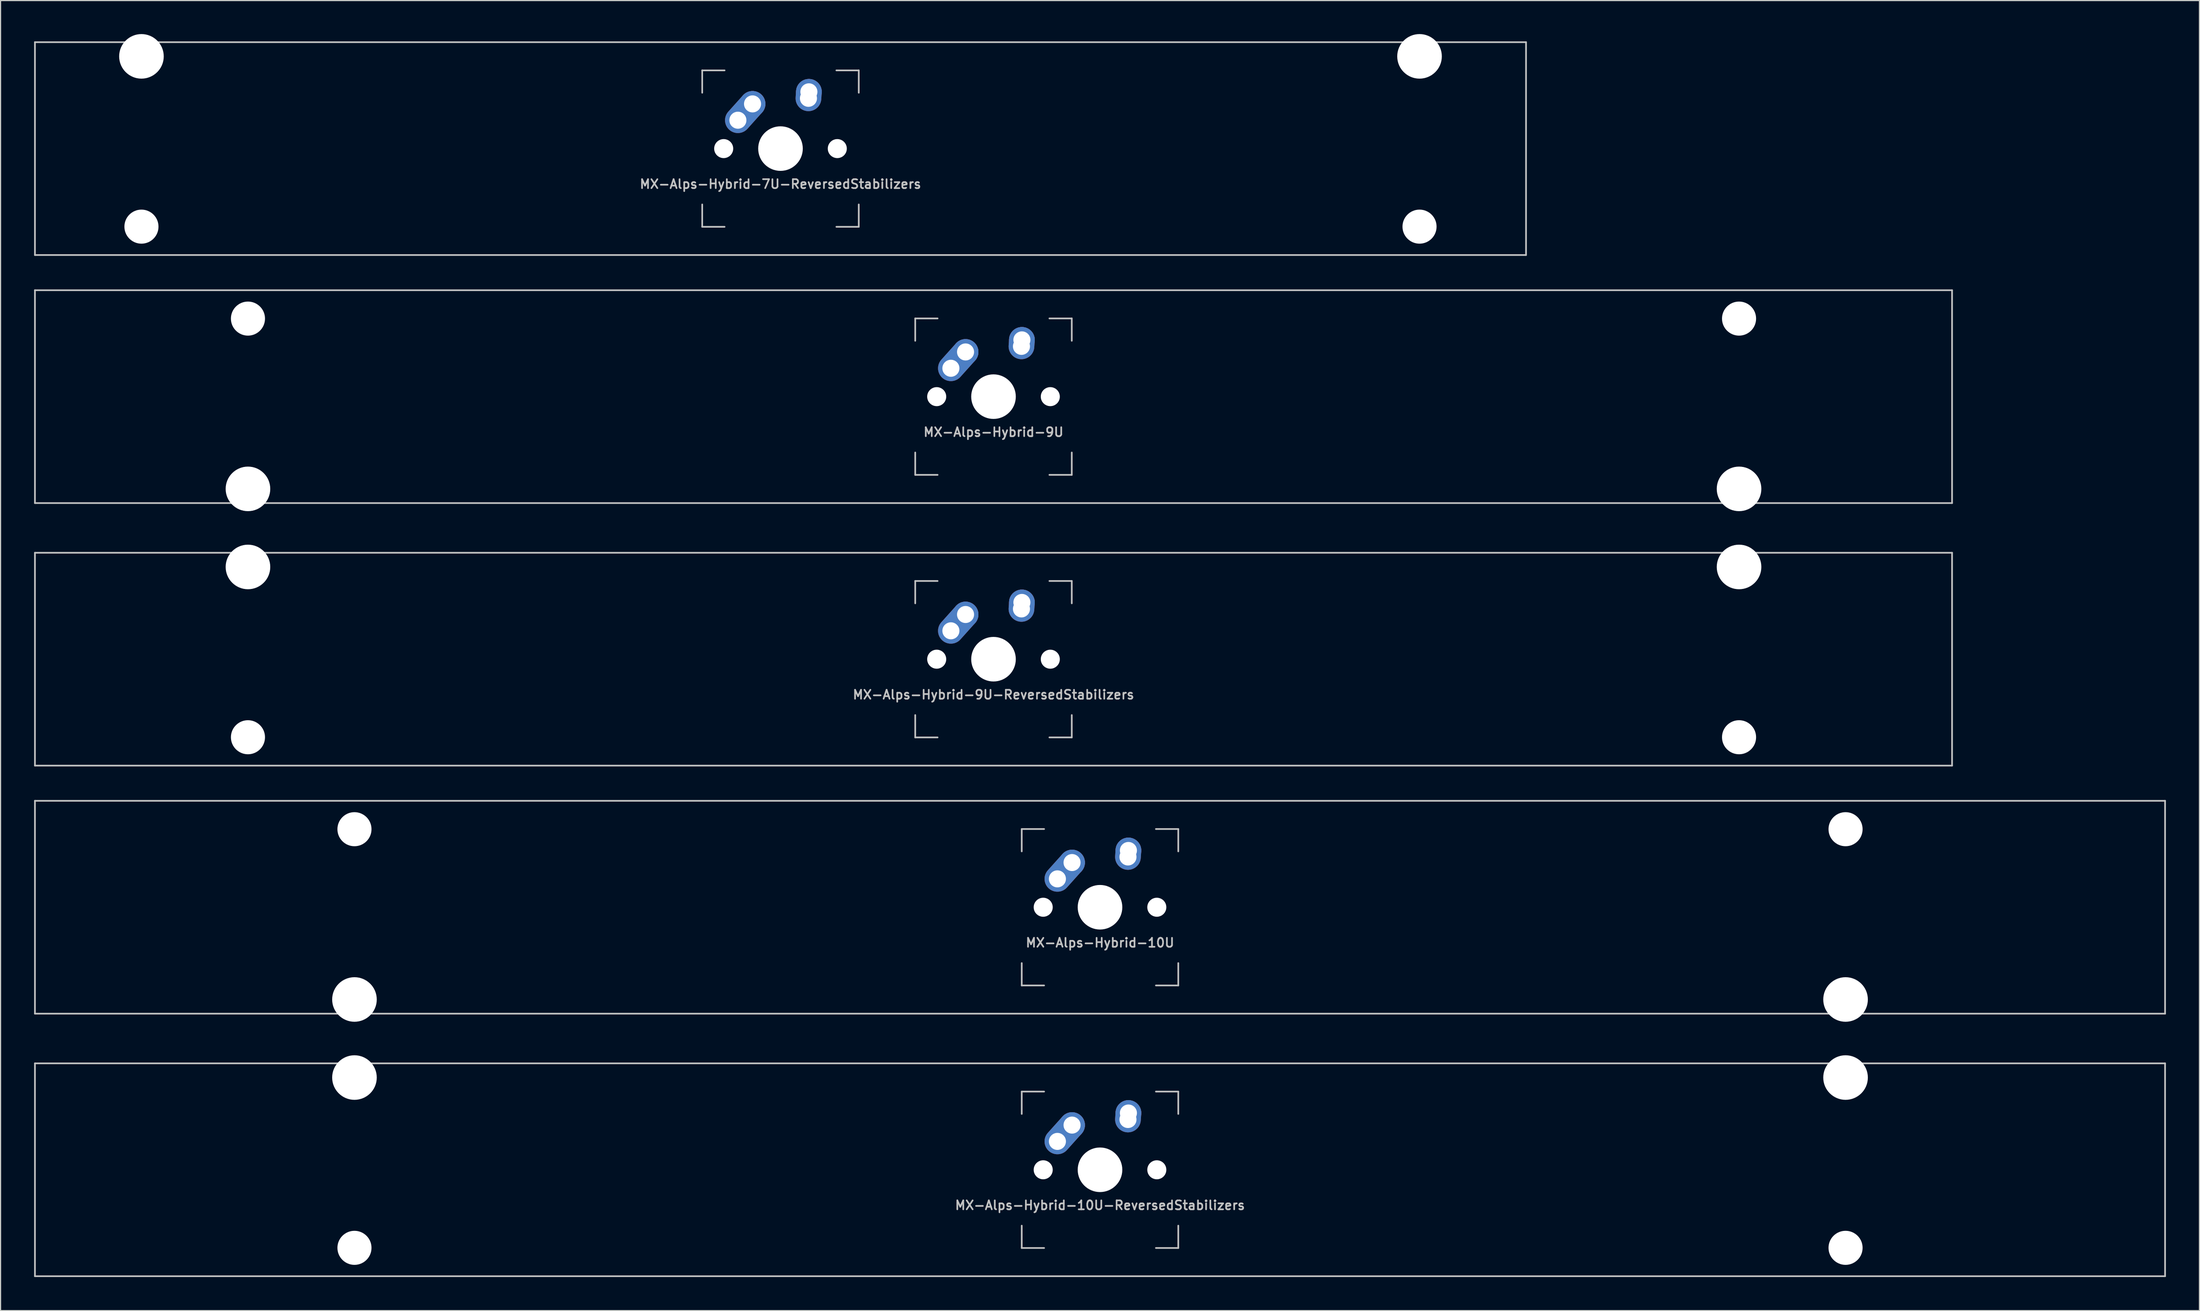
<source format=kicad_pcb>
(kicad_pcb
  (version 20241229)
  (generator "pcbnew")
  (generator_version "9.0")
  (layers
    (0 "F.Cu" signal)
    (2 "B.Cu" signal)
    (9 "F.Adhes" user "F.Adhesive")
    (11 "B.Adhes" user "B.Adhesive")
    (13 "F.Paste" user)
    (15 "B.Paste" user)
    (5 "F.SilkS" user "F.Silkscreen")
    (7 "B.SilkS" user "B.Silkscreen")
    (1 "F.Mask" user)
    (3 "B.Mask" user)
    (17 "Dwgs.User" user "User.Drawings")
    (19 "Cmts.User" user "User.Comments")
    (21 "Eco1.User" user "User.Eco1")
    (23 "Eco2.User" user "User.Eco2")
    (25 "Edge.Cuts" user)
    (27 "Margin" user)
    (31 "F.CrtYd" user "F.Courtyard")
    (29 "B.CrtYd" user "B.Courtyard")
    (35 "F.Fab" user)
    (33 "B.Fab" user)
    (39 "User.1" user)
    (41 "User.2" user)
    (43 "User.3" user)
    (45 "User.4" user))
  (footprint "MX-Alps-Hybrid-9U"
    (layer "F.Cu")
    (at 85.8 32.449)
    (property "Reference" "MX-Alps-Hybrid-9U" (at 0 3.175 0) (layer "Dwgs.User") (effects (font (size 0.8 0.8) (thickness 0.15))))
    (attr through_hole)
    (fp_line (start -85.725 9.525) (end -85.725 -9.525) (stroke (width 0.15) (type solid)) (layer "Dwgs.User"))
    (fp_line (start -7 -7) (end -7 -5) (stroke (width 0.15) (type solid)) (layer "Dwgs.User"))
    (fp_line (start -7 5) (end -7 7) (stroke (width 0.15) (type solid)) (layer "Dwgs.User"))
    (fp_line (start -7 7) (end -5 7) (stroke (width 0.15) (type solid)) (layer "Dwgs.User"))
    (fp_line (start -5 -7) (end -7 -7) (stroke (width 0.15) (type solid)) (layer "Dwgs.User"))
    (fp_line (start 5 -7) (end 7 -7) (stroke (width 0.15) (type solid)) (layer "Dwgs.User"))
    (fp_line (start 5 7) (end 7 7) (stroke (width 0.15) (type solid)) (layer "Dwgs.User"))
    (fp_line (start 7 -7) (end 7 -5) (stroke (width 0.15) (type solid)) (layer "Dwgs.User"))
    (fp_line (start 7 7) (end 7 5) (stroke (width 0.15) (type solid)) (layer "Dwgs.User"))
    (fp_line (start 85.725 -9.525) (end -85.725 -9.525) (stroke (width 0.15) (type solid)) (layer "Dwgs.User"))
    (fp_line (start 85.725 9.525) (end -85.725 9.525) (stroke (width 0.15) (type solid)) (layer "Dwgs.User"))
    (fp_line (start 85.725 9.525) (end 85.725 -9.525) (stroke (width 0.15) (type solid)) (layer "Dwgs.User"))
    (pad "" np_thru_hole circle (at -66.675 -6.985) (size 3.048 3.048) (drill 3.048) (layers "*.Cu" "*.Mask"))
    (pad "" np_thru_hole circle (at -66.675 8.255) (size 3.988 3.988) (drill 3.988) (layers "*.Cu" "*.Mask"))
    (pad "" np_thru_hole circle (at -5.08 0 48.099) (size 1.702 1.702) (drill 1.702) (layers "*.Cu" "*.Mask"))
    (pad "" np_thru_hole circle (at 0 0) (size 3.988 3.988) (drill 3.988) (layers "*.Cu" "*.Mask"))
    (pad "" np_thru_hole circle (at 5.08 0 48.099) (size 1.702 1.702) (drill 1.702) (layers "*.Cu" "*.Mask"))
    (pad "" np_thru_hole circle (at 66.675 -6.985) (size 3.048 3.048) (drill 3.048) (layers "*.Cu" "*.Mask"))
    (pad "" np_thru_hole circle (at 66.675 8.255) (size 3.988 3.988) (drill 3.988) (layers "*.Cu" "*.Mask"))
    (pad "1" thru_hole oval (at -3.81 -2.54 48.099) (size 4.262 2.3) (drill 1.524 (offset 0.981 0)) (layers "*.Cu" "B.Mask"))
    (pad "1" thru_hole circle (at -2.5 -4) (size 2.3 2.3) (drill 1.524) (layers "*.Cu" "B.Mask"))
    (pad "2" thru_hole oval (at 2.5 -4.5 86.054) (size 2.881 2.3) (drill 1.524 (offset 0.291 0)) (layers "*.Cu" "B.Mask"))
    (pad "2" thru_hole circle (at 2.54 -5.08) (size 2.3 2.3) (drill 1.524) (layers "*.Cu" "B.Mask")))
  (footprint "MX-Alps-Hybrid-10U"
    (layer "F.Cu")
    (at 95.325 78.147)
    (property "Reference" "MX-Alps-Hybrid-10U" (at 0 3.175 0) (layer "Dwgs.User") (effects (font (size 0.8 0.8) (thickness 0.15))))
    (attr through_hole)
    (fp_line (start -95.25 9.525) (end -95.25 -9.525) (stroke (width 0.15) (type solid)) (layer "Dwgs.User"))
    (fp_line (start -7 -7) (end -7 -5) (stroke (width 0.15) (type solid)) (layer "Dwgs.User"))
    (fp_line (start -7 5) (end -7 7) (stroke (width 0.15) (type solid)) (layer "Dwgs.User"))
    (fp_line (start -7 7) (end -5 7) (stroke (width 0.15) (type solid)) (layer "Dwgs.User"))
    (fp_line (start -5 -7) (end -7 -7) (stroke (width 0.15) (type solid)) (layer "Dwgs.User"))
    (fp_line (start 5 -7) (end 7 -7) (stroke (width 0.15) (type solid)) (layer "Dwgs.User"))
    (fp_line (start 5 7) (end 7 7) (stroke (width 0.15) (type solid)) (layer "Dwgs.User"))
    (fp_line (start 7 -7) (end 7 -5) (stroke (width 0.15) (type solid)) (layer "Dwgs.User"))
    (fp_line (start 7 7) (end 7 5) (stroke (width 0.15) (type solid)) (layer "Dwgs.User"))
    (fp_line (start 95.25 -9.525) (end -95.25 -9.525) (stroke (width 0.15) (type solid)) (layer "Dwgs.User"))
    (fp_line (start 95.25 9.525) (end -95.25 9.525) (stroke (width 0.15) (type solid)) (layer "Dwgs.User"))
    (fp_line (start 95.25 9.525) (end 95.25 -9.525) (stroke (width 0.15) (type solid)) (layer "Dwgs.User"))
    (pad "" np_thru_hole circle (at -66.675 -6.985) (size 3.048 3.048) (drill 3.048) (layers "*.Cu" "*.Mask"))
    (pad "" np_thru_hole circle (at -66.675 8.255) (size 3.988 3.988) (drill 3.988) (layers "*.Cu" "*.Mask"))
    (pad "" np_thru_hole circle (at -5.08 0 48.099) (size 1.702 1.702) (drill 1.702) (layers "*.Cu" "*.Mask"))
    (pad "" np_thru_hole circle (at 0 0) (size 3.988 3.988) (drill 3.988) (layers "*.Cu" "*.Mask"))
    (pad "" np_thru_hole circle (at 5.08 0 48.099) (size 1.702 1.702) (drill 1.702) (layers "*.Cu" "*.Mask"))
    (pad "" np_thru_hole circle (at 66.675 -6.985) (size 3.048 3.048) (drill 3.048) (layers "*.Cu" "*.Mask"))
    (pad "" np_thru_hole circle (at 66.675 8.255) (size 3.988 3.988) (drill 3.988) (layers "*.Cu" "*.Mask"))
    (pad "1" thru_hole oval (at -3.81 -2.54 48.099) (size 4.262 2.3) (drill 1.524 (offset 0.981 0)) (layers "*.Cu" "B.Mask"))
    (pad "1" thru_hole circle (at -2.5 -4) (size 2.3 2.3) (drill 1.524) (layers "*.Cu" "B.Mask"))
    (pad "2" thru_hole oval (at 2.5 -4.5 86.054) (size 2.881 2.3) (drill 1.524 (offset 0.291 0)) (layers "*.Cu" "B.Mask"))
    (pad "2" thru_hole circle (at 2.54 -5.08) (size 2.3 2.3) (drill 1.524) (layers "*.Cu" "B.Mask")))
  (footprint "MX-Alps-Hybrid-10U-ReversedStabilizers"
    (layer "F.Cu")
    (at 95.325 101.644)
    (property "Reference" "MX-Alps-Hybrid-10U-ReversedStabilizers" (at 0 3.175 0) (layer "Dwgs.User") (effects (font (size 0.8 0.8) (thickness 0.15))))
    (attr through_hole)
    (fp_line (start -95.25 9.525) (end -95.25 -9.525) (stroke (width 0.15) (type solid)) (layer "Dwgs.User"))
    (fp_line (start -7 -7) (end -7 -5) (stroke (width 0.15) (type solid)) (layer "Dwgs.User"))
    (fp_line (start -7 5) (end -7 7) (stroke (width 0.15) (type solid)) (layer "Dwgs.User"))
    (fp_line (start -7 7) (end -5 7) (stroke (width 0.15) (type solid)) (layer "Dwgs.User"))
    (fp_line (start -5 -7) (end -7 -7) (stroke (width 0.15) (type solid)) (layer "Dwgs.User"))
    (fp_line (start 5 -7) (end 7 -7) (stroke (width 0.15) (type solid)) (layer "Dwgs.User"))
    (fp_line (start 5 7) (end 7 7) (stroke (width 0.15) (type solid)) (layer "Dwgs.User"))
    (fp_line (start 7 -7) (end 7 -5) (stroke (width 0.15) (type solid)) (layer "Dwgs.User"))
    (fp_line (start 7 7) (end 7 5) (stroke (width 0.15) (type solid)) (layer "Dwgs.User"))
    (fp_line (start 95.25 -9.525) (end -95.25 -9.525) (stroke (width 0.15) (type solid)) (layer "Dwgs.User"))
    (fp_line (start 95.25 9.525) (end -95.25 9.525) (stroke (width 0.15) (type solid)) (layer "Dwgs.User"))
    (fp_line (start 95.25 9.525) (end 95.25 -9.525) (stroke (width 0.15) (type solid)) (layer "Dwgs.User"))
    (pad "" np_thru_hole circle (at -66.675 -8.255) (size 3.988 3.988) (drill 3.988) (layers "*.Cu" "*.Mask"))
    (pad "" np_thru_hole circle (at -66.675 6.985) (size 3.048 3.048) (drill 3.048) (layers "*.Cu" "*.Mask"))
    (pad "" np_thru_hole circle (at -5.08 0 48.099) (size 1.702 1.702) (drill 1.702) (layers "*.Cu" "*.Mask"))
    (pad "" np_thru_hole circle (at 0 0) (size 3.988 3.988) (drill 3.988) (layers "*.Cu" "*.Mask"))
    (pad "" np_thru_hole circle (at 5.08 0 48.099) (size 1.702 1.702) (drill 1.702) (layers "*.Cu" "*.Mask"))
    (pad "" np_thru_hole circle (at 66.675 -8.255) (size 3.988 3.988) (drill 3.988) (layers "*.Cu" "*.Mask"))
    (pad "" np_thru_hole circle (at 66.675 6.985) (size 3.048 3.048) (drill 3.048) (layers "*.Cu" "*.Mask"))
    (pad "1" thru_hole oval (at -3.81 -2.54 48.099) (size 4.262 2.3) (drill 1.524 (offset 0.981 0)) (layers "*.Cu" "B.Mask"))
    (pad "1" thru_hole circle (at -2.5 -4) (size 2.3 2.3) (drill 1.524) (layers "*.Cu" "B.Mask"))
    (pad "2" thru_hole oval (at 2.5 -4.5 86.054) (size 2.881 2.3) (drill 1.524 (offset 0.291 0)) (layers "*.Cu" "B.Mask"))
    (pad "2" thru_hole circle (at 2.54 -5.08) (size 2.3 2.3) (drill 1.524) (layers "*.Cu" "B.Mask")))
  (footprint "MX-Alps-Hybrid-7U-ReversedStabilizers"
    (layer "F.Cu")
    (at 66.75 10.249)
    (property "Reference" "MX-Alps-Hybrid-7U-ReversedStabilizers" (at 0 3.175 0) (layer "Dwgs.User") (effects (font (size 0.8 0.8) (thickness 0.15))))
    (attr through_hole)
    (fp_line (start -66.675 9.525) (end -66.675 -9.525) (stroke (width 0.15) (type solid)) (layer "Dwgs.User"))
    (fp_line (start -7 -7) (end -7 -5) (stroke (width 0.15) (type solid)) (layer "Dwgs.User"))
    (fp_line (start -7 5) (end -7 7) (stroke (width 0.15) (type solid)) (layer "Dwgs.User"))
    (fp_line (start -7 7) (end -5 7) (stroke (width 0.15) (type solid)) (layer "Dwgs.User"))
    (fp_line (start -5 -7) (end -7 -7) (stroke (width 0.15) (type solid)) (layer "Dwgs.User"))
    (fp_line (start 5 -7) (end 7 -7) (stroke (width 0.15) (type solid)) (layer "Dwgs.User"))
    (fp_line (start 5 7) (end 7 7) (stroke (width 0.15) (type solid)) (layer "Dwgs.User"))
    (fp_line (start 7 -7) (end 7 -5) (stroke (width 0.15) (type solid)) (layer "Dwgs.User"))
    (fp_line (start 7 7) (end 7 5) (stroke (width 0.15) (type solid)) (layer "Dwgs.User"))
    (fp_line (start 66.675 -9.525) (end -66.675 -9.525) (stroke (width 0.15) (type solid)) (layer "Dwgs.User"))
    (fp_line (start 66.675 9.525) (end -66.675 9.525) (stroke (width 0.15) (type solid)) (layer "Dwgs.User"))
    (fp_line (start 66.675 9.525) (end 66.675 -9.525) (stroke (width 0.15) (type solid)) (layer "Dwgs.User"))
    (pad "" np_thru_hole circle (at -57.15 -8.255) (size 3.988 3.988) (drill 3.988) (layers "*.Cu" "*.Mask"))
    (pad "" np_thru_hole circle (at -57.15 6.985) (size 3.048 3.048) (drill 3.048) (layers "*.Cu" "*.Mask"))
    (pad "" np_thru_hole circle (at -5.08 0 48.099) (size 1.702 1.702) (drill 1.702) (layers "*.Cu" "*.Mask"))
    (pad "" np_thru_hole circle (at 0 0) (size 3.988 3.988) (drill 3.988) (layers "*.Cu" "*.Mask"))
    (pad "" np_thru_hole circle (at 5.08 0 48.099) (size 1.702 1.702) (drill 1.702) (layers "*.Cu" "*.Mask"))
    (pad "" np_thru_hole circle (at 57.15 -8.255) (size 3.988 3.988) (drill 3.988) (layers "*.Cu" "*.Mask"))
    (pad "" np_thru_hole circle (at 57.15 6.985) (size 3.048 3.048) (drill 3.048) (layers "*.Cu" "*.Mask"))
    (pad "1" thru_hole oval (at -3.81 -2.54 48.099) (size 4.262 2.3) (drill 1.524 (offset 0.981 0)) (layers "*.Cu" "B.Mask"))
    (pad "1" thru_hole circle (at -2.5 -4) (size 2.3 2.3) (drill 1.524) (layers "*.Cu" "B.Mask"))
    (pad "2" thru_hole oval (at 2.5 -4.5 86.054) (size 2.881 2.3) (drill 1.524 (offset 0.291 0)) (layers "*.Cu" "B.Mask"))
    (pad "2" thru_hole circle (at 2.54 -5.08) (size 2.3 2.3) (drill 1.524) (layers "*.Cu" "B.Mask")))
  (footprint "MX-Alps-Hybrid-9U-ReversedStabilizers"
    (layer "F.Cu")
    (at 85.8 55.947)
    (property "Reference" "MX-Alps-Hybrid-9U-ReversedStabilizers" (at 0 3.175 0) (layer "Dwgs.User") (effects (font (size 0.8 0.8) (thickness 0.15))))
    (attr through_hole)
    (fp_line (start -85.725 9.525) (end -85.725 -9.525) (stroke (width 0.15) (type solid)) (layer "Dwgs.User"))
    (fp_line (start -7 -7) (end -7 -5) (stroke (width 0.15) (type solid)) (layer "Dwgs.User"))
    (fp_line (start -7 5) (end -7 7) (stroke (width 0.15) (type solid)) (layer "Dwgs.User"))
    (fp_line (start -7 7) (end -5 7) (stroke (width 0.15) (type solid)) (layer "Dwgs.User"))
    (fp_line (start -5 -7) (end -7 -7) (stroke (width 0.15) (type solid)) (layer "Dwgs.User"))
    (fp_line (start 5 -7) (end 7 -7) (stroke (width 0.15) (type solid)) (layer "Dwgs.User"))
    (fp_line (start 5 7) (end 7 7) (stroke (width 0.15) (type solid)) (layer "Dwgs.User"))
    (fp_line (start 7 -7) (end 7 -5) (stroke (width 0.15) (type solid)) (layer "Dwgs.User"))
    (fp_line (start 7 7) (end 7 5) (stroke (width 0.15) (type solid)) (layer "Dwgs.User"))
    (fp_line (start 85.725 -9.525) (end -85.725 -9.525) (stroke (width 0.15) (type solid)) (layer "Dwgs.User"))
    (fp_line (start 85.725 9.525) (end -85.725 9.525) (stroke (width 0.15) (type solid)) (layer "Dwgs.User"))
    (fp_line (start 85.725 9.525) (end 85.725 -9.525) (stroke (width 0.15) (type solid)) (layer "Dwgs.User"))
    (pad "" np_thru_hole circle (at -66.675 -8.255) (size 3.988 3.988) (drill 3.988) (layers "*.Cu" "*.Mask"))
    (pad "" np_thru_hole circle (at -66.675 6.985) (size 3.048 3.048) (drill 3.048) (layers "*.Cu" "*.Mask"))
    (pad "" np_thru_hole circle (at -5.08 0 48.099) (size 1.702 1.702) (drill 1.702) (layers "*.Cu" "*.Mask"))
    (pad "" np_thru_hole circle (at 0 0) (size 3.988 3.988) (drill 3.988) (layers "*.Cu" "*.Mask"))
    (pad "" np_thru_hole circle (at 5.08 0 48.099) (size 1.702 1.702) (drill 1.702) (layers "*.Cu" "*.Mask"))
    (pad "" np_thru_hole circle (at 66.675 -8.255) (size 3.988 3.988) (drill 3.988) (layers "*.Cu" "*.Mask"))
    (pad "" np_thru_hole circle (at 66.675 6.985) (size 3.048 3.048) (drill 3.048) (layers "*.Cu" "*.Mask"))
    (pad "1" thru_hole oval (at -3.81 -2.54 48.099) (size 4.262 2.3) (drill 1.524 (offset 0.981 0)) (layers "*.Cu" "B.Mask"))
    (pad "1" thru_hole circle (at -2.5 -4) (size 2.3 2.3) (drill 1.524) (layers "*.Cu" "B.Mask"))
    (pad "2" thru_hole oval (at 2.5 -4.5 86.054) (size 2.881 2.3) (drill 1.524 (offset 0.291 0)) (layers "*.Cu" "B.Mask"))
    (pad "2" thru_hole circle (at 2.54 -5.08) (size 2.3 2.3) (drill 1.524) (layers "*.Cu" "B.Mask")))
  (gr_rect
    (start -3 -3)
    (end 193.65 114.245)
    (stroke (width 0.1) (type default))
    (fill no)
    (layer "Edge.Cuts")))
</source>
